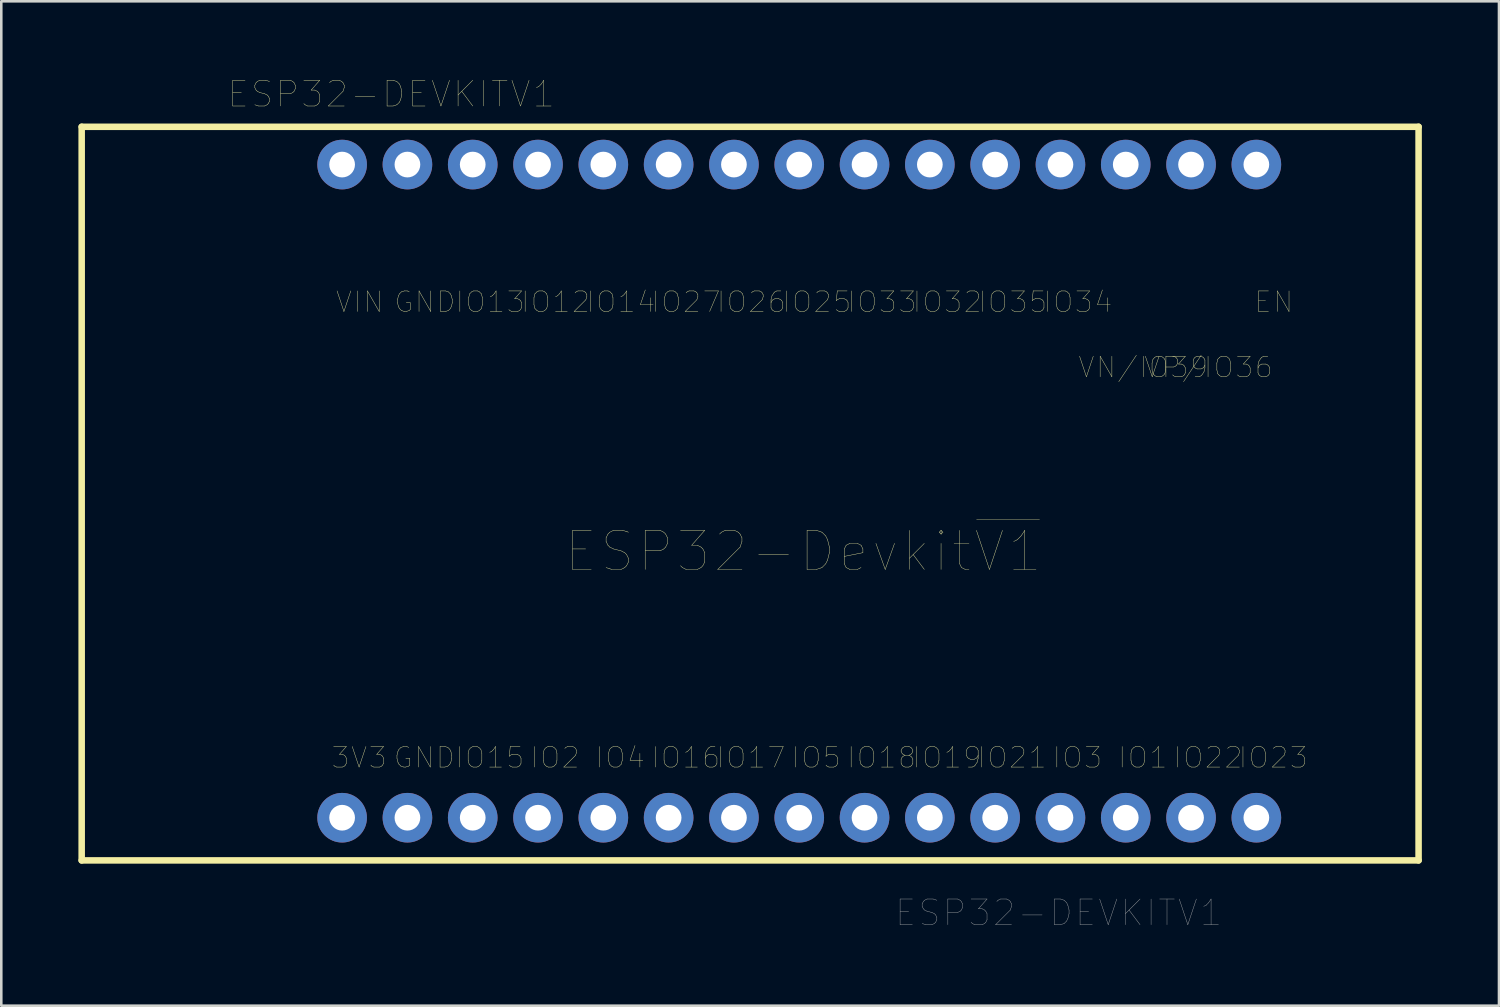
<source format=kicad_pcb>
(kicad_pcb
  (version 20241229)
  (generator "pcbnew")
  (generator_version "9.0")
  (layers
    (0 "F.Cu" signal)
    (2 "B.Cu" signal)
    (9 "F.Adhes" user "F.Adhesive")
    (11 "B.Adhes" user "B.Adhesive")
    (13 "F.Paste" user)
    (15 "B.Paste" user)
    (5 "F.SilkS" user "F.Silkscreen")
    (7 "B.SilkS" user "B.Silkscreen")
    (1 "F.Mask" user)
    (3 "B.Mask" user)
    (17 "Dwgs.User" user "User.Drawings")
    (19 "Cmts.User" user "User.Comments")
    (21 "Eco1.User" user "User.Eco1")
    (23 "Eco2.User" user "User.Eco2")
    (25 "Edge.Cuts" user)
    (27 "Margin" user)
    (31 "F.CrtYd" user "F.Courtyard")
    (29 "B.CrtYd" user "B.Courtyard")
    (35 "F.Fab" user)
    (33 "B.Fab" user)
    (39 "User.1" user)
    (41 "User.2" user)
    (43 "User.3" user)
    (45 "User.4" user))
  (footprint "ESP32-DEVKITV1"
    (layer "F.Cu")
    (at 26.777 16.486)
    (property "Reference" "ESP32-DEVKITV1" (at -14.605 -15.875 0) (layer "F.SilkS") (effects (font (size 1 1) (thickness 0.015))))
    (attr through_hole)
    (fp_line (start -26.65 -14.605) (end 25.35 -14.605) (stroke (width 0.254) (type solid)) (layer "F.SilkS"))
    (fp_line (start -26.65 13.93) (end -26.65 -14.605) (stroke (width 0.254) (type solid)) (layer "F.SilkS"))
    (fp_line (start 25.35 -14.605) (end 25.35 13.93) (stroke (width 0.254) (type solid)) (layer "F.SilkS"))
    (fp_line (start 25.35 13.93) (end -26.65 13.93) (stroke (width 0.254) (type solid)) (layer "F.SilkS"))
    (fp_text user "IO25" (at 1.94 -7.79 0) (layer "F.SilkS") (effects (font (size 0.8 0.8) (thickness 0.015))))
    (fp_text user "IO34" (at 12.1 -7.79 0) (layer "F.SilkS") (effects (font (size 0.8 0.8) (thickness 0.015))))
    (fp_text user "IO33" (at 4.48 -7.79 0) (layer "F.SilkS") (effects (font (size 0.8 0.8) (thickness 0.015))))
    (fp_text user "IO32" (at 7.02 -7.79 0) (layer "F.SilkS") (effects (font (size 0.8 0.8) (thickness 0.015))))
    (fp_text user "IO35" (at 9.56 -7.79 0) (layer "F.SilkS") (effects (font (size 0.8 0.8) (thickness 0.015))))
    (fp_text user "IO12" (at -8.22 -7.79 0) (layer "F.SilkS") (effects (font (size 0.8 0.8) (thickness 0.015))))
    (fp_text user "IO18" (at 4.46 9.93 0) (layer "F.SilkS") (effects (font (size 0.8 0.8) (thickness 0.015))))
    (fp_text user "EN" (at 19.72 -7.79 0) (layer "F.SilkS") (effects (font (size 0.8 0.8) (thickness 0.015))))
    (fp_text user "IO27" (at -3.14 -7.79 0) (layer "F.SilkS") (effects (font (size 0.8 0.8) (thickness 0.015))))
    (fp_text user "IO26" (at -0.6 -7.79 0) (layer "F.SilkS") (effects (font (size 0.8 0.8) (thickness 0.015))))
    (fp_text user "IO19" (at 7 9.93 0) (layer "F.SilkS") (effects (font (size 0.8 0.8) (thickness 0.015))))
    (fp_text user "IO15" (at -10.78 9.93 0) (layer "F.SilkS") (effects (font (size 0.8 0.8) (thickness 0.015))))
    (fp_text user "VIN" (at -15.84 -7.79 0) (layer "F.SilkS") (effects (font (size 0.8 0.8) (thickness 0.015))))
    (fp_text user "IO14" (at -5.68 -7.79 0) (layer "F.SilkS") (effects (font (size 0.8 0.8) (thickness 0.015))))
    (fp_text user "IO3" (at 12.08 9.93 0) (layer "F.SilkS") (effects (font (size 0.8 0.8) (thickness 0.015))))
    (fp_text user "VP/IO36" (at 17.18 -5.25 0) (layer "F.SilkS") (effects (font (size 0.8 0.8) (thickness 0.015))))
    (fp_text user "IO21" (at 9.54 9.93 0) (layer "F.SilkS") (effects (font (size 0.8 0.8) (thickness 0.015))))
    (fp_text user "IO22" (at 17.16 9.93 0) (layer "F.SilkS") (effects (font (size 0.8 0.8) (thickness 0.015))))
    (fp_text user "3V3" (at -15.86 9.93 0) (layer "F.SilkS") (effects (font (size 0.8 0.8) (thickness 0.015))))
    (fp_text user "GND" (at -13.3 -7.79 0) (layer "F.SilkS") (effects (font (size 0.8 0.8) (thickness 0.015))))
    (fp_text user "IO13" (at -10.76 -7.79 0) (layer "F.SilkS") (effects (font (size 0.8 0.8) (thickness 0.015))))
    (fp_text user "IO4" (at -5.7 9.93 0) (layer "F.SilkS") (effects (font (size 0.8 0.8) (thickness 0.015))))
    (fp_text user "VN/IO39" (at 14.64 -5.25 0) (layer "F.SilkS") (effects (font (size 0.8 0.8) (thickness 0.015))))
    (fp_text user "IO5" (at 1.92 9.93 0) (layer "F.SilkS") (effects (font (size 0.8 0.8) (thickness 0.015))))
    (fp_text user "IO16" (at -3.16 9.93 0) (layer "F.SilkS") (effects (font (size 0.8 0.8) (thickness 0.015))))
    (fp_text user "IO17" (at -0.62 9.93 0) (layer "F.SilkS") (effects (font (size 0.8 0.8) (thickness 0.015))))
    (fp_text user "IO1" (at 14.62 9.93 0) (layer "F.SilkS") (effects (font (size 0.8 0.8) (thickness 0.015))))
    (fp_text user "IO2" (at -8.24 9.93 0) (layer "F.SilkS") (effects (font (size 0.8 0.8) (thickness 0.015))))
    (fp_text user "ESP32-Devkit~{V1}" (at 1.42 1.91 0) (layer "F.SilkS") (effects (font (size 1.52 1.52) (thickness 0.015))))
    (fp_text user "GND" (at -13.32 9.93 0) (layer "F.SilkS") (effects (font (size 0.8 0.8) (thickness 0.015))))
    (fp_text user "IO23" (at 19.7 9.93 0) (layer "F.SilkS") (effects (font (size 0.8 0.8) (thickness 0.015))))
    (fp_text user "ESP32-DEVKITV1" (at 11.35 15.97 0) (layer "F.Fab") (effects (font (size 1 1) (thickness 0.015))))
    (pad "3V3" thru_hole circle (at -16.52 12.27) (size 1.93 1.93) (drill 1) (layers "*.Cu" "*.Mask"))
    (pad "D1" thru_hole circle (at 13.96 12.27) (size 1.93 1.93) (drill 1) (layers "*.Cu" "*.Mask"))
    (pad "D2" thru_hole circle (at -8.9 12.27) (size 1.93 1.93) (drill 1) (layers "*.Cu" "*.Mask"))
    (pad "D3" thru_hole circle (at 11.42 12.27) (size 1.93 1.93) (drill 1) (layers "*.Cu" "*.Mask"))
    (pad "D4" thru_hole circle (at -6.36 12.27) (size 1.93 1.93) (drill 1) (layers "*.Cu" "*.Mask"))
    (pad "D5" thru_hole circle (at 1.26 12.27) (size 1.93 1.93) (drill 1) (layers "*.Cu" "*.Mask"))
    (pad "D12" thru_hole circle (at -8.9 -13.135) (size 1.93 1.93) (drill 1) (layers "*.Cu" "*.Mask"))
    (pad "D13" thru_hole circle (at -11.44 -13.135) (size 1.93 1.93) (drill 1) (layers "*.Cu" "*.Mask"))
    (pad "D14" thru_hole circle (at -6.36 -13.135) (size 1.93 1.93) (drill 1) (layers "*.Cu" "*.Mask"))
    (pad "D15" thru_hole circle (at -11.44 12.27) (size 1.93 1.93) (drill 1) (layers "*.Cu" "*.Mask"))
    (pad "D16" thru_hole circle (at -3.82 12.27) (size 1.93 1.93) (drill 1) (layers "*.Cu" "*.Mask"))
    (pad "D17" thru_hole circle (at -1.28 12.27) (size 1.93 1.93) (drill 1) (layers "*.Cu" "*.Mask"))
    (pad "D18" thru_hole circle (at 3.8 12.27) (size 1.93 1.93) (drill 1) (layers "*.Cu" "*.Mask"))
    (pad "D19" thru_hole circle (at 6.34 12.27) (size 1.93 1.93) (drill 1) (layers "*.Cu" "*.Mask"))
    (pad "D21" thru_hole circle (at 8.88 12.27) (size 1.93 1.93) (drill 1) (layers "*.Cu" "*.Mask"))
    (pad "D22" thru_hole circle (at 16.5 12.27) (size 1.93 1.93) (drill 1) (layers "*.Cu" "*.Mask"))
    (pad "D23" thru_hole circle (at 19.04 12.27) (size 1.93 1.93) (drill 1) (layers "*.Cu" "*.Mask"))
    (pad "D25" thru_hole circle (at 1.26 -13.135) (size 1.93 1.93) (drill 1) (layers "*.Cu" "*.Mask"))
    (pad "D26" thru_hole circle (at -1.28 -13.135) (size 1.93 1.93) (drill 1) (layers "*.Cu" "*.Mask"))
    (pad "D27" thru_hole circle (at -3.82 -13.135) (size 1.93 1.93) (drill 1) (layers "*.Cu" "*.Mask"))
    (pad "D32" thru_hole circle (at 6.34 -13.135) (size 1.93 1.93) (drill 1) (layers "*.Cu" "*.Mask"))
    (pad "D33" thru_hole circle (at 3.8 -13.135) (size 1.93 1.93) (drill 1) (layers "*.Cu" "*.Mask"))
    (pad "D34" thru_hole circle (at 11.42 -13.135) (size 1.93 1.93) (drill 1) (layers "*.Cu" "*.Mask"))
    (pad "D35" thru_hole circle (at 8.88 -13.135) (size 1.93 1.93) (drill 1) (layers "*.Cu" "*.Mask"))
    (pad "D36" thru_hole circle (at 16.5 -13.135) (size 1.93 1.93) (drill 1) (layers "*.Cu" "*.Mask"))
    (pad "D39" thru_hole circle (at 13.96 -13.135) (size 1.93 1.93) (drill 1) (layers "*.Cu" "*.Mask"))
    (pad "EN" thru_hole circle (at 19.04 -13.135) (size 1.93 1.93) (drill 1) (layers "*.Cu" "*.Mask"))
    (pad "GND@1" thru_hole circle (at -13.98 -13.135) (size 1.93 1.93) (drill 1) (layers "*.Cu" "*.Mask"))
    (pad "GND@2" thru_hole circle (at -13.98 12.27) (size 1.93 1.93) (drill 1) (layers "*.Cu" "*.Mask"))
    (pad "VIN" thru_hole circle (at -16.52 -13.135) (size 1.93 1.93) (drill 1) (layers "*.Cu" "*.Mask")))
  (gr_rect
    (start -3 -3)
    (end 55.254 36.068)
    (stroke (width 0.1) (type default))
    (fill no)
    (layer "Edge.Cuts")))
</source>
